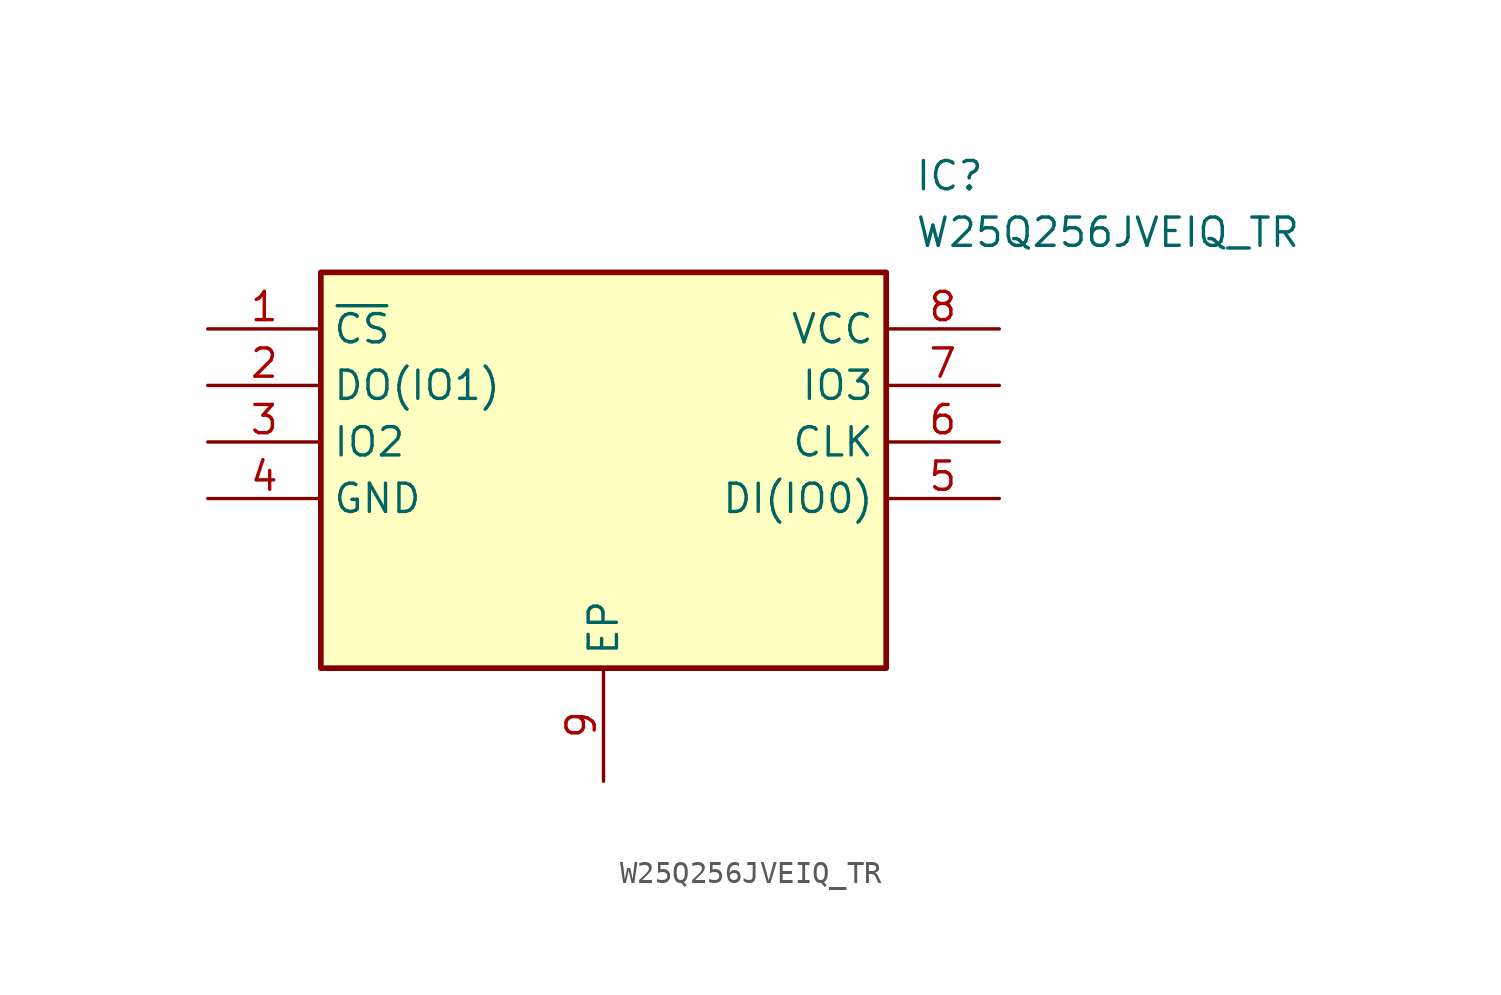
<source format=kicad_sym>
(kicad_symbol_lib
  (version 20211014)
  (generator SamacSys_ECAD_Model)
  (symbol "W25Q256JVEIQ_TR"
    (property "Reference" "IC"
      (at 31.75 7.62 0)
      (effects (font (size 1.27 1.27)) (justify left top)))
    (property "Value" "W25Q256JVEIQ_TR"
      (at 31.75 5.08 0)
      (effects (font (size 1.27 1.27)) (justify left top)))
    (rectangle
      (start 5.08 2.54)
      (end 30.48 -15.24)
      (stroke (width 0.254) (type default))
      (fill (type background)))
    (pin passive line
      (at 0 0 0)
      (length 5.08)
      (name "~{CS}" (effects (font (size 1.27 1.27))))
      (number "1" (effects (font (size 1.27 1.27)))))
    (pin passive line
      (at 0 -2.54 0)
      (length 5.08)
      (name "DO(IO1)" (effects (font (size 1.27 1.27))))
      (number "2" (effects (font (size 1.27 1.27)))))
    (pin passive line
      (at 0 -5.08 0)
      (length 5.08)
      (name "IO2" (effects (font (size 1.27 1.27))))
      (number "3" (effects (font (size 1.27 1.27)))))
    (pin passive line
      (at 0 -7.62 0)
      (length 5.08)
      (name "GND" (effects (font (size 1.27 1.27))))
      (number "4" (effects (font (size 1.27 1.27)))))
    (pin passive line
      (at 17.78 -20.32 90)
      (length 5.08)
      (name "EP" (effects (font (size 1.27 1.27))))
      (number "9" (effects (font (size 1.27 1.27)))))
    (pin passive line
      (at 35.56 0 180)
      (length 5.08)
      (name "VCC" (effects (font (size 1.27 1.27))))
      (number "8" (effects (font (size 1.27 1.27)))))
    (pin passive line
      (at 35.56 -2.54 180)
      (length 5.08)
      (name "IO3" (effects (font (size 1.27 1.27))))
      (number "7" (effects (font (size 1.27 1.27)))))
    (pin passive line
      (at 35.56 -5.08 180)
      (length 5.08)
      (name "CLK" (effects (font (size 1.27 1.27))))
      (number "6" (effects (font (size 1.27 1.27)))))
    (pin passive line
      (at 35.56 -7.62 180)
      (length 5.08)
      (name "DI(IO0)" (effects (font (size 1.27 1.27))))
      (number "5" (effects (font (size 1.27 1.27)))))))
</source>
